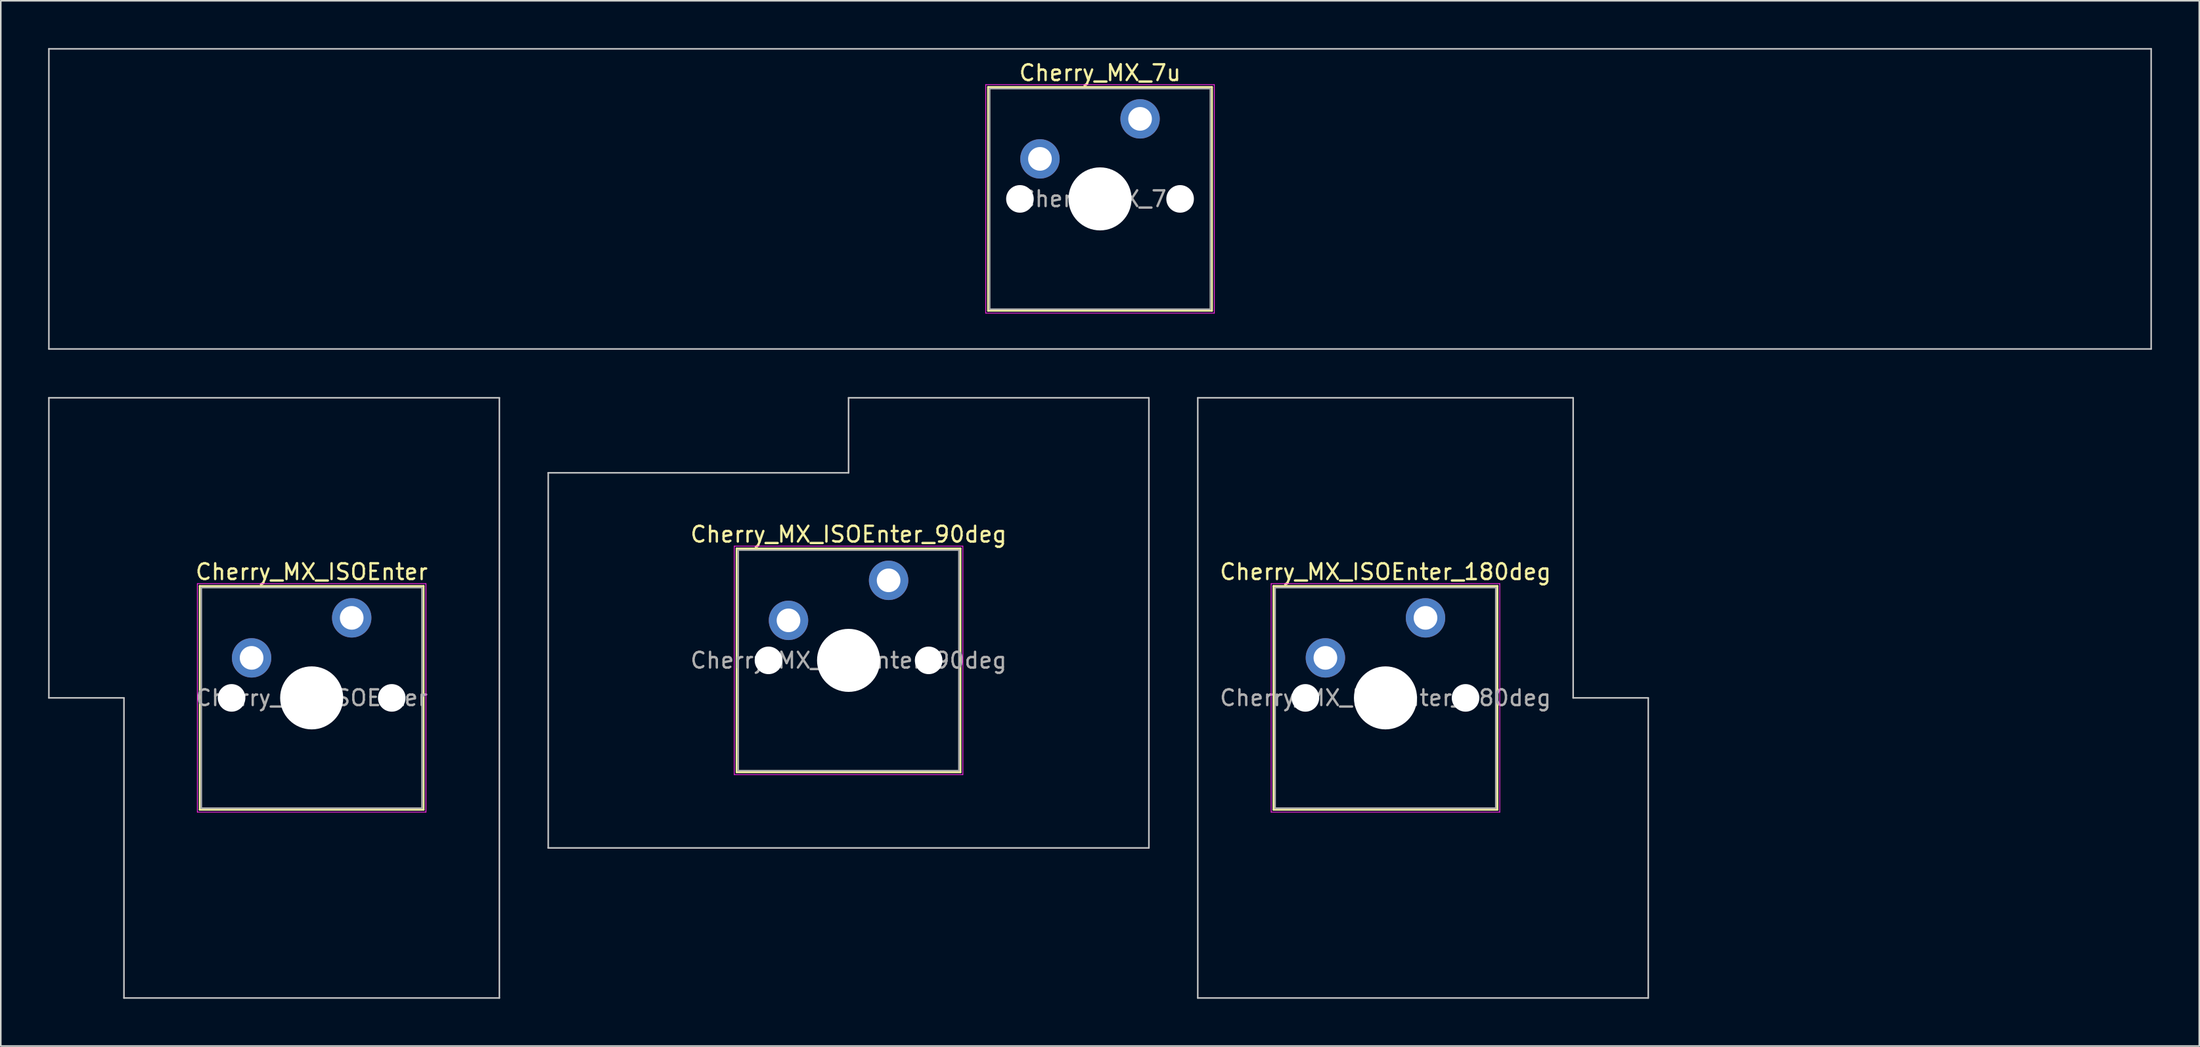
<source format=kicad_pcb>
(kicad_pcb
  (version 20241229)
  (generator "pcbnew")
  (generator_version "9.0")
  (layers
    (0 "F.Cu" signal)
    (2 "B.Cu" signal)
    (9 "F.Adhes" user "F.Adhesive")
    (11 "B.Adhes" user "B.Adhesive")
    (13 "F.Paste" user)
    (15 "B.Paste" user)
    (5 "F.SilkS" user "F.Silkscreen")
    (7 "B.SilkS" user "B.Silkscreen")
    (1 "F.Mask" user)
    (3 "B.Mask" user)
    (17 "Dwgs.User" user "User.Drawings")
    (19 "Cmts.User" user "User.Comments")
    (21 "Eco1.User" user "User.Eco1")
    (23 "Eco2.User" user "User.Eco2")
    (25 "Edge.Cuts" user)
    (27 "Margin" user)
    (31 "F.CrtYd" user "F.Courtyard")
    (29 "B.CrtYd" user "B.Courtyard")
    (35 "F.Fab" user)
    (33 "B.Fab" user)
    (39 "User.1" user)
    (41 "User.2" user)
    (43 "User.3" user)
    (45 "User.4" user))
  (footprint "Cherry_MX_ISOEnter_180deg"
    (layer "F.Cu")
    (at 84.831 41.25)
    (property "Reference" "Cherry_MX_ISOEnter_180deg" (at 0 -8 0) (layer "F.SilkS") (effects (font (size 1 1) (thickness 0.15))))
    (attr through_hole)
    (fp_line (start -7.1 -7.1) (end -7.1 7.1) (stroke (width 0.12) (type solid)) (layer "F.SilkS"))
    (fp_line (start -7.1 7.1) (end 7.1 7.1) (stroke (width 0.12) (type solid)) (layer "F.SilkS"))
    (fp_line (start 7.1 -7.1) (end -7.1 -7.1) (stroke (width 0.12) (type solid)) (layer "F.SilkS"))
    (fp_line (start 7.1 7.1) (end 7.1 -7.1) (stroke (width 0.12) (type solid)) (layer "F.SilkS"))
    (fp_line (start -11.906 -19.05) (end -11.906 19.05) (stroke (width 0.1) (type solid)) (layer "Dwgs.User"))
    (fp_line (start -11.906 19.05) (end 16.669 19.05) (stroke (width 0.1) (type solid)) (layer "Dwgs.User"))
    (fp_line (start 11.906 -19.05) (end -11.906 -19.05) (stroke (width 0.1) (type solid)) (layer "Dwgs.User"))
    (fp_line (start 11.906 0) (end 11.906 -19.05) (stroke (width 0.1) (type solid)) (layer "Dwgs.User"))
    (fp_line (start 16.669 0) (end 11.906 0) (stroke (width 0.1) (type solid)) (layer "Dwgs.User"))
    (fp_line (start 16.669 19.05) (end 16.669 0) (stroke (width 0.1) (type solid)) (layer "Dwgs.User"))
    (fp_line (start -7 -7) (end -7 7) (stroke (width 0.1) (type solid)) (layer "Eco1.User"))
    (fp_line (start -7 7) (end 7 7) (stroke (width 0.1) (type solid)) (layer "Eco1.User"))
    (fp_line (start 7 -7) (end -7 -7) (stroke (width 0.1) (type solid)) (layer "Eco1.User"))
    (fp_line (start 7 7) (end 7 -7) (stroke (width 0.1) (type solid)) (layer "Eco1.User"))
    (fp_line (start -7.25 -7.25) (end -7.25 7.25) (stroke (width 0.05) (type solid)) (layer "F.CrtYd"))
    (fp_line (start -7.25 7.25) (end 7.25 7.25) (stroke (width 0.05) (type solid)) (layer "F.CrtYd"))
    (fp_line (start 7.25 -7.25) (end -7.25 -7.25) (stroke (width 0.05) (type solid)) (layer "F.CrtYd"))
    (fp_line (start 7.25 7.25) (end 7.25 -7.25) (stroke (width 0.05) (type solid)) (layer "F.CrtYd"))
    (fp_line (start -7 -7) (end -7 7) (stroke (width 0.1) (type solid)) (layer "F.Fab"))
    (fp_line (start -7 7) (end 7 7) (stroke (width 0.1) (type solid)) (layer "F.Fab"))
    (fp_line (start 7 -7) (end -7 -7) (stroke (width 0.1) (type solid)) (layer "F.Fab"))
    (fp_line (start 7 7) (end 7 -7) (stroke (width 0.1) (type solid)) (layer "F.Fab"))
    (fp_text user "${REFERENCE}" (at 0 0 0) (layer "F.Fab") (effects (font (size 1 1) (thickness 0.15))))
    (pad "" np_thru_hole circle (at -5.08 0) (size 1.75 1.75) (drill 1.75) (layers "*.Cu" "*.Mask"))
    (pad "" np_thru_hole circle (at 0 0) (size 4 4) (drill 4) (layers "*.Cu" "*.Mask"))
    (pad "" np_thru_hole circle (at 5.08 0) (size 1.75 1.75) (drill 1.75) (layers "*.Cu" "*.Mask"))
    (pad "1" thru_hole circle (at -3.81 -2.54) (size 2.5 2.5) (drill 1.5) (layers "*.Cu" "*.Mask"))
    (pad "2" thru_hole circle (at 2.54 -5.08) (size 2.5 2.5) (drill 1.5) (layers "*.Cu" "*.Mask")))
  (footprint "Cherry_MX_ISOEnter"
    (layer "F.Cu")
    (at 16.719 41.25)
    (property "Reference" "Cherry_MX_ISOEnter" (at 0 -8 0) (layer "F.SilkS") (effects (font (size 1 1) (thickness 0.15))))
    (attr through_hole)
    (fp_line (start -7.1 -7.1) (end -7.1 7.1) (stroke (width 0.12) (type solid)) (layer "F.SilkS"))
    (fp_line (start -7.1 7.1) (end 7.1 7.1) (stroke (width 0.12) (type solid)) (layer "F.SilkS"))
    (fp_line (start 7.1 -7.1) (end -7.1 -7.1) (stroke (width 0.12) (type solid)) (layer "F.SilkS"))
    (fp_line (start 7.1 7.1) (end 7.1 -7.1) (stroke (width 0.12) (type solid)) (layer "F.SilkS"))
    (fp_line (start -16.669 -19.05) (end -16.669 0) (stroke (width 0.1) (type solid)) (layer "Dwgs.User"))
    (fp_line (start -16.669 0) (end -11.906 0) (stroke (width 0.1) (type solid)) (layer "Dwgs.User"))
    (fp_line (start -11.906 0) (end -11.906 19.05) (stroke (width 0.1) (type solid)) (layer "Dwgs.User"))
    (fp_line (start -11.906 19.05) (end 11.906 19.05) (stroke (width 0.1) (type solid)) (layer "Dwgs.User"))
    (fp_line (start 11.906 -19.05) (end -16.669 -19.05) (stroke (width 0.1) (type solid)) (layer "Dwgs.User"))
    (fp_line (start 11.906 19.05) (end 11.906 -19.05) (stroke (width 0.1) (type solid)) (layer "Dwgs.User"))
    (fp_line (start -7 -7) (end -7 7) (stroke (width 0.1) (type solid)) (layer "Eco1.User"))
    (fp_line (start -7 7) (end 7 7) (stroke (width 0.1) (type solid)) (layer "Eco1.User"))
    (fp_line (start 7 -7) (end -7 -7) (stroke (width 0.1) (type solid)) (layer "Eco1.User"))
    (fp_line (start 7 7) (end 7 -7) (stroke (width 0.1) (type solid)) (layer "Eco1.User"))
    (fp_line (start -7.25 -7.25) (end -7.25 7.25) (stroke (width 0.05) (type solid)) (layer "F.CrtYd"))
    (fp_line (start -7.25 7.25) (end 7.25 7.25) (stroke (width 0.05) (type solid)) (layer "F.CrtYd"))
    (fp_line (start 7.25 -7.25) (end -7.25 -7.25) (stroke (width 0.05) (type solid)) (layer "F.CrtYd"))
    (fp_line (start 7.25 7.25) (end 7.25 -7.25) (stroke (width 0.05) (type solid)) (layer "F.CrtYd"))
    (fp_line (start -7 -7) (end -7 7) (stroke (width 0.1) (type solid)) (layer "F.Fab"))
    (fp_line (start -7 7) (end 7 7) (stroke (width 0.1) (type solid)) (layer "F.Fab"))
    (fp_line (start 7 -7) (end -7 -7) (stroke (width 0.1) (type solid)) (layer "F.Fab"))
    (fp_line (start 7 7) (end 7 -7) (stroke (width 0.1) (type solid)) (layer "F.Fab"))
    (fp_text user "${REFERENCE}" (at 0 0 0) (layer "F.Fab") (effects (font (size 1 1) (thickness 0.15))))
    (pad "" np_thru_hole circle (at -5.08 0) (size 1.75 1.75) (drill 1.75) (layers "*.Cu" "*.Mask"))
    (pad "" np_thru_hole circle (at 0 0) (size 4 4) (drill 4) (layers "*.Cu" "*.Mask"))
    (pad "" np_thru_hole circle (at 5.08 0) (size 1.75 1.75) (drill 1.75) (layers "*.Cu" "*.Mask"))
    (pad "1" thru_hole circle (at -3.81 -2.54) (size 2.5 2.5) (drill 1.5) (layers "*.Cu" "*.Mask"))
    (pad "2" thru_hole circle (at 2.54 -5.08) (size 2.5 2.5) (drill 1.5) (layers "*.Cu" "*.Mask")))
  (footprint "Cherry_MX_7u"
    (layer "F.Cu")
    (at 66.725 9.575)
    (property "Reference" "Cherry_MX_7u" (at 0 -8 0) (layer "F.SilkS") (effects (font (size 1 1) (thickness 0.15))))
    (attr through_hole)
    (fp_line (start -7.1 -7.1) (end -7.1 7.1) (stroke (width 0.12) (type solid)) (layer "F.SilkS"))
    (fp_line (start -7.1 7.1) (end 7.1 7.1) (stroke (width 0.12) (type solid)) (layer "F.SilkS"))
    (fp_line (start 7.1 -7.1) (end -7.1 -7.1) (stroke (width 0.12) (type solid)) (layer "F.SilkS"))
    (fp_line (start 7.1 7.1) (end 7.1 -7.1) (stroke (width 0.12) (type solid)) (layer "F.SilkS"))
    (fp_line (start -66.675 -9.525) (end -66.675 9.525) (stroke (width 0.1) (type solid)) (layer "Dwgs.User"))
    (fp_line (start -66.675 9.525) (end 66.675 9.525) (stroke (width 0.1) (type solid)) (layer "Dwgs.User"))
    (fp_line (start 66.675 -9.525) (end -66.675 -9.525) (stroke (width 0.1) (type solid)) (layer "Dwgs.User"))
    (fp_line (start 66.675 9.525) (end 66.675 -9.525) (stroke (width 0.1) (type solid)) (layer "Dwgs.User"))
    (fp_line (start -7 -7) (end -7 7) (stroke (width 0.1) (type solid)) (layer "Eco1.User"))
    (fp_line (start -7 7) (end 7 7) (stroke (width 0.1) (type solid)) (layer "Eco1.User"))
    (fp_line (start 7 -7) (end -7 -7) (stroke (width 0.1) (type solid)) (layer "Eco1.User"))
    (fp_line (start 7 7) (end 7 -7) (stroke (width 0.1) (type solid)) (layer "Eco1.User"))
    (fp_line (start -7.25 -7.25) (end -7.25 7.25) (stroke (width 0.05) (type solid)) (layer "F.CrtYd"))
    (fp_line (start -7.25 7.25) (end 7.25 7.25) (stroke (width 0.05) (type solid)) (layer "F.CrtYd"))
    (fp_line (start 7.25 -7.25) (end -7.25 -7.25) (stroke (width 0.05) (type solid)) (layer "F.CrtYd"))
    (fp_line (start 7.25 7.25) (end 7.25 -7.25) (stroke (width 0.05) (type solid)) (layer "F.CrtYd"))
    (fp_line (start -7 -7) (end -7 7) (stroke (width 0.1) (type solid)) (layer "F.Fab"))
    (fp_line (start -7 7) (end 7 7) (stroke (width 0.1) (type solid)) (layer "F.Fab"))
    (fp_line (start 7 -7) (end -7 -7) (stroke (width 0.1) (type solid)) (layer "F.Fab"))
    (fp_line (start 7 7) (end 7 -7) (stroke (width 0.1) (type solid)) (layer "F.Fab"))
    (fp_text user "${REFERENCE}" (at 0 0 0) (layer "F.Fab") (effects (font (size 1 1) (thickness 0.15))))
    (pad "" np_thru_hole circle (at -5.08 0) (size 1.75 1.75) (drill 1.75) (layers "*.Cu" "*.Mask"))
    (pad "" np_thru_hole circle (at 0 0) (size 4 4) (drill 4) (layers "*.Cu" "*.Mask"))
    (pad "" np_thru_hole circle (at 5.08 0) (size 1.75 1.75) (drill 1.75) (layers "*.Cu" "*.Mask"))
    (pad "1" thru_hole circle (at -3.81 -2.54) (size 2.5 2.5) (drill 1.5) (layers "*.Cu" "*.Mask"))
    (pad "2" thru_hole circle (at 2.54 -5.08) (size 2.5 2.5) (drill 1.5) (layers "*.Cu" "*.Mask")))
  (footprint "Cherry_MX_ISOEnter_90deg"
    (layer "F.Cu")
    (at 50.775 38.869)
    (property "Reference" "Cherry_MX_ISOEnter_90deg" (at 0 -8 0) (layer "F.SilkS") (effects (font (size 1 1) (thickness 0.15))))
    (attr through_hole)
    (fp_line (start -7.1 -7.1) (end -7.1 7.1) (stroke (width 0.12) (type solid)) (layer "F.SilkS"))
    (fp_line (start -7.1 7.1) (end 7.1 7.1) (stroke (width 0.12) (type solid)) (layer "F.SilkS"))
    (fp_line (start 7.1 -7.1) (end -7.1 -7.1) (stroke (width 0.12) (type solid)) (layer "F.SilkS"))
    (fp_line (start 7.1 7.1) (end 7.1 -7.1) (stroke (width 0.12) (type solid)) (layer "F.SilkS"))
    (fp_line (start -19.05 -11.906) (end -19.05 11.906) (stroke (width 0.1) (type solid)) (layer "Dwgs.User"))
    (fp_line (start -19.05 11.906) (end 19.05 11.906) (stroke (width 0.1) (type solid)) (layer "Dwgs.User"))
    (fp_line (start 0 -16.669) (end 0 -11.906) (stroke (width 0.1) (type solid)) (layer "Dwgs.User"))
    (fp_line (start 0 -11.906) (end -19.05 -11.906) (stroke (width 0.1) (type solid)) (layer "Dwgs.User"))
    (fp_line (start 19.05 -16.669) (end 0 -16.669) (stroke (width 0.1) (type solid)) (layer "Dwgs.User"))
    (fp_line (start 19.05 11.906) (end 19.05 -16.669) (stroke (width 0.1) (type solid)) (layer "Dwgs.User"))
    (fp_line (start -7 -7) (end -7 7) (stroke (width 0.1) (type solid)) (layer "Eco1.User"))
    (fp_line (start -7 7) (end 7 7) (stroke (width 0.1) (type solid)) (layer "Eco1.User"))
    (fp_line (start 7 -7) (end -7 -7) (stroke (width 0.1) (type solid)) (layer "Eco1.User"))
    (fp_line (start 7 7) (end 7 -7) (stroke (width 0.1) (type solid)) (layer "Eco1.User"))
    (fp_line (start -7.25 -7.25) (end -7.25 7.25) (stroke (width 0.05) (type solid)) (layer "F.CrtYd"))
    (fp_line (start -7.25 7.25) (end 7.25 7.25) (stroke (width 0.05) (type solid)) (layer "F.CrtYd"))
    (fp_line (start 7.25 -7.25) (end -7.25 -7.25) (stroke (width 0.05) (type solid)) (layer "F.CrtYd"))
    (fp_line (start 7.25 7.25) (end 7.25 -7.25) (stroke (width 0.05) (type solid)) (layer "F.CrtYd"))
    (fp_line (start -7 -7) (end -7 7) (stroke (width 0.1) (type solid)) (layer "F.Fab"))
    (fp_line (start -7 7) (end 7 7) (stroke (width 0.1) (type solid)) (layer "F.Fab"))
    (fp_line (start 7 -7) (end -7 -7) (stroke (width 0.1) (type solid)) (layer "F.Fab"))
    (fp_line (start 7 7) (end 7 -7) (stroke (width 0.1) (type solid)) (layer "F.Fab"))
    (fp_text user "${REFERENCE}" (at 0 0 0) (layer "F.Fab") (effects (font (size 1 1) (thickness 0.15))))
    (pad "" np_thru_hole circle (at -5.08 0) (size 1.75 1.75) (drill 1.75) (layers "*.Cu" "*.Mask"))
    (pad "" np_thru_hole circle (at 0 0) (size 4 4) (drill 4) (layers "*.Cu" "*.Mask"))
    (pad "" np_thru_hole circle (at 5.08 0) (size 1.75 1.75) (drill 1.75) (layers "*.Cu" "*.Mask"))
    (pad "1" thru_hole circle (at -3.81 -2.54) (size 2.5 2.5) (drill 1.5) (layers "*.Cu" "*.Mask"))
    (pad "2" thru_hole circle (at 2.54 -5.08) (size 2.5 2.5) (drill 1.5) (layers "*.Cu" "*.Mask")))
  (gr_rect
    (start -3 -3)
    (end 136.45 63.35)
    (stroke (width 0.1) (type default))
    (fill no)
    (layer "Edge.Cuts")))
</source>
